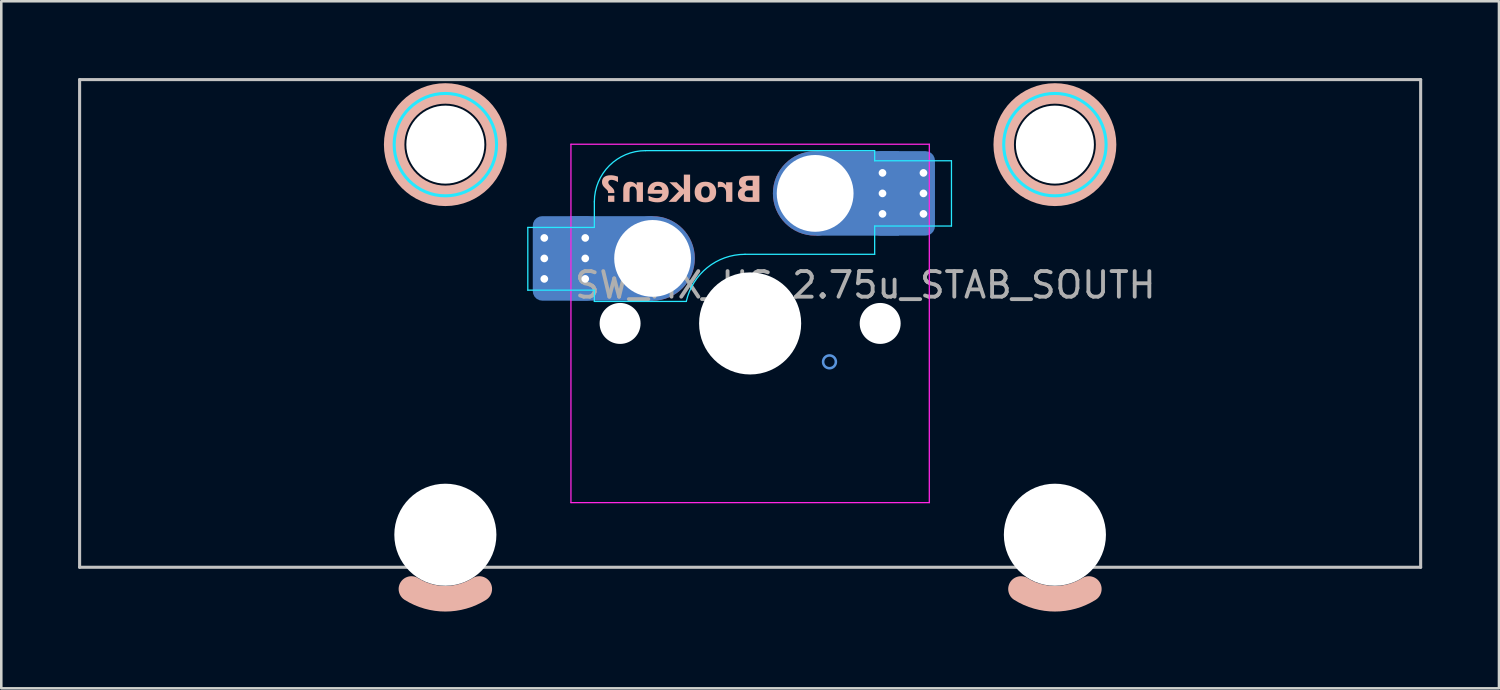
<source format=kicad_pcb>
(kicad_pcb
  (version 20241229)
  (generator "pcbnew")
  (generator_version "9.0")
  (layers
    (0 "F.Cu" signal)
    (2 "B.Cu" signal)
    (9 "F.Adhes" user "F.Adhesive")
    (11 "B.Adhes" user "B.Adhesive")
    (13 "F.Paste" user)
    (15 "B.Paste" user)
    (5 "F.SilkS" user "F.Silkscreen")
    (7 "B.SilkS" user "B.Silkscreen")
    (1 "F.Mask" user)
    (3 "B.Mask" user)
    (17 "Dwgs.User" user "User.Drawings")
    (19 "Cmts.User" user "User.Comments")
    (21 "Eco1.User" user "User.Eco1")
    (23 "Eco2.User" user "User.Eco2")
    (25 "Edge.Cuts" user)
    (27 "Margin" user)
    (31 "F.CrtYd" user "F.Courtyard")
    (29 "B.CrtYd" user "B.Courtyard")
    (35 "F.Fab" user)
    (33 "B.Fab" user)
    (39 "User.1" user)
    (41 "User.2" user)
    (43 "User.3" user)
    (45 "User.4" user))
  (footprint "SW_MX_HS_2.75u_STAB_SOUTH"
    (layer "F.Cu")
    (at 26.254 9.585)
    (property "Reference" "SW_MX_HS_2.75u_STAB_SOUTH" (at 4.5 -1.5 0) (layer "F.Fab") (effects (font (size 1 1) (thickness 0.15))))
    (attr smd)
    (fp_arc (start -10.581252 10.374995) (mid -11.90625 10.755) (end -13.231248 10.374995) (stroke (width 1) (type default)) (layer "B.SilkS"))
    (fp_arc (start 13.231248 10.374995) (mid 11.90625 10.755) (end 10.581252 10.374995) (stroke (width 1) (type default)) (layer "B.SilkS"))
    (fp_circle (center -11.906 -6.985) (end -13.906 -6.985) (stroke (width 0.8) (type solid)) (fill no) (layer "B.SilkS"))
    (fp_circle (center 11.906 -6.985) (end 9.906 -6.985) (stroke (width 0.8) (type solid)) (fill no) (layer "B.SilkS"))
    (fp_line (start -26.194 -9.525) (end -26.194 9.525) (stroke (width 0.12) (type solid)) (layer "Dwgs.User"))
    (fp_line (start -26.194 -9.525) (end 26.194 -9.525) (stroke (width 0.12) (type solid)) (layer "Dwgs.User"))
    (fp_line (start -26.194 9.525) (end 26.194 9.525) (stroke (width 0.12) (type solid)) (layer "Dwgs.User"))
    (fp_line (start 26.194 -9.525) (end 26.194 9.525) (stroke (width 0.12) (type solid)) (layer "Dwgs.User"))
    (fp_circle (center -3.81 -2.54) (end -3.81 -3.04) (stroke (width 0.1) (type default)) (fill no) (layer "Cmts.User"))
    (fp_circle (center 0 0) (end 0 -1) (stroke (width 0.1) (type default)) (fill no) (layer "Cmts.User"))
    (fp_circle (center 2.54 -5.08) (end 2.54 -5.58) (stroke (width 0.1) (type default)) (fill no) (layer "Cmts.User"))
    (fp_circle (center 3.1 1.5) (end 3.35 1.5) (stroke (width 0.1) (type default)) (fill no) (layer "Cmts.User"))
    (fp_line (start -15.281 -5.5) (end -15.281 7.5) (stroke (width 0.05) (type solid)) (layer "Eco2.User"))
    (fp_line (start -14.781 -6) (end -9.031 -6) (stroke (width 0.05) (type solid)) (layer "Eco2.User"))
    (fp_line (start -14.781 8) (end -9.031 8) (stroke (width 0.05) (type solid)) (layer "Eco2.User"))
    (fp_line (start -8.531 -5.5) (end -8.531 7.5) (stroke (width 0.05) (type solid)) (layer "Eco2.User"))
    (fp_line (start -7 6.5) (end -7 -6.5) (stroke (width 0.05) (type solid)) (layer "Eco2.User"))
    (fp_line (start -6.5 -7) (end 6.5 -7) (stroke (width 0.05) (type solid)) (layer "Eco2.User"))
    (fp_line (start 6.5 7) (end -6.5 7) (stroke (width 0.05) (type solid)) (layer "Eco2.User"))
    (fp_line (start 7 -6.5) (end 7 6.5) (stroke (width 0.05) (type solid)) (layer "Eco2.User"))
    (fp_line (start 8.531 -5.5) (end 8.531 7.5) (stroke (width 0.05) (type solid)) (layer "Eco2.User"))
    (fp_line (start 9.031 -6) (end 14.78 -6) (stroke (width 0.05) (type solid)) (layer "Eco2.User"))
    (fp_line (start 9.031 8) (end 14.781 8) (stroke (width 0.05) (type solid)) (layer "Eco2.User"))
    (fp_line (start 15.28 -5.5) (end 15.281 7.5) (stroke (width 0.05) (type solid)) (layer "Eco2.User"))
    (fp_arc (start -15.28125 -5.499999) (mid -15.134803 -5.853552) (end -14.78125 -5.999999) (stroke (width 0.05) (type solid)) (layer "Eco2.User"))
    (fp_arc (start -14.78125 8.000001) (mid -15.134803 7.853554) (end -15.28125 7.500001) (stroke (width 0.05) (type solid)) (layer "Eco2.User"))
    (fp_arc (start -9.03125 -5.999999) (mid -8.677697 -5.853553) (end -8.53125 -5.499999) (stroke (width 0.05) (type solid)) (layer "Eco2.User"))
    (fp_arc (start -8.53125 7.500001) (mid -8.677699 7.85355) (end -9.03125 8.000001) (stroke (width 0.05) (type solid)) (layer "Eco2.User"))
    (fp_arc (start -7 -6.5) (mid -6.853553 -6.853553) (end -6.5 -7) (stroke (width 0.05) (type solid)) (layer "Eco2.User"))
    (fp_arc (start -6.5 7) (mid -6.853553 6.853553) (end -7 6.5) (stroke (width 0.05) (type solid)) (layer "Eco2.User"))
    (fp_arc (start 6.5 -7) (mid 6.853553 -6.853553) (end 7 -6.5) (stroke (width 0.05) (type solid)) (layer "Eco2.User"))
    (fp_arc (start 6.997236 6.498884) (mid 6.850805 6.852453) (end 6.497236 6.998884) (stroke (width 0.05) (type solid)) (layer "Eco2.User"))
    (fp_arc (start 8.53125 -5.499999) (mid 8.677694 -5.853557) (end 9.03125 -5.999999) (stroke (width 0.05) (type solid)) (layer "Eco2.User"))
    (fp_arc (start 9.03125 8.000001) (mid 8.677725 7.853525) (end 8.53125 7.500001) (stroke (width 0.05) (type solid)) (layer "Eco2.User"))
    (fp_arc (start 14.780039 -5.999999) (mid 15.133569 -5.853527) (end 15.280039 -5.499999) (stroke (width 0.05) (type solid)) (layer "Eco2.User"))
    (fp_arc (start 15.28125 7.500001) (mid 15.134801 7.85355) (end 14.78125 8.000001) (stroke (width 0.05) (type solid)) (layer "Eco2.User"))
    (fp_line (start -8.685 -3.75) (end -8.685 -1.3) (stroke (width 0.05) (type solid)) (layer "B.CrtYd"))
    (fp_line (start -8.685 -1.3) (end -6.085 -1.3) (stroke (width 0.05) (type solid)) (layer "B.CrtYd"))
    (fp_line (start -6.085 -3.75) (end -8.685 -3.75) (stroke (width 0.05) (type solid)) (layer "B.CrtYd"))
    (fp_line (start -6.085 -3.75) (end -6.085 -4.75) (stroke (width 0.05) (type solid)) (layer "B.CrtYd"))
    (fp_line (start -6.085 -1.3) (end -6.085 -0.86) (stroke (width 0.05) (type solid)) (layer "B.CrtYd"))
    (fp_line (start -6.085 -0.86) (end -2.494 -0.86) (stroke (width 0.05) (type solid)) (layer "B.CrtYd"))
    (fp_line (start -4.085 -6.75) (end 4.865 -6.75) (stroke (width 0.05) (type solid)) (layer "B.CrtYd"))
    (fp_line (start 4.865 -6.75) (end 4.865 -6.355) (stroke (width 0.05) (type solid)) (layer "B.CrtYd"))
    (fp_line (start 4.865 -6.355) (end 7.865 -6.355) (stroke (width 0.05) (type solid)) (layer "B.CrtYd"))
    (fp_line (start 4.865 -3.805) (end 4.865 -2.7) (stroke (width 0.05) (type solid)) (layer "B.CrtYd"))
    (fp_line (start 4.865 -3.805) (end 7.865 -3.805) (stroke (width 0.05) (type solid)) (layer "B.CrtYd"))
    (fp_line (start 4.865 -2.7) (end -0.2 -2.7) (stroke (width 0.05) (type solid)) (layer "B.CrtYd"))
    (fp_line (start 7.865 -3.805) (end 7.865 -6.355) (stroke (width 0.05) (type solid)) (layer "B.CrtYd"))
    (fp_arc (start -6.085176 -4.75022) (mid -5.49939 -6.164434) (end -4.085176 -6.75022) (stroke (width 0.05) (type solid)) (layer "B.CrtYd"))
    (fp_arc (start -2.494322 -0.86022) (mid -1.670503 -2.183399) (end -0.2 -2.70022) (stroke (width 0.05) (type solid)) (layer "B.CrtYd"))
    (fp_circle (center -11.906 -6.985) (end -9.906 -6.985) (stroke (width 0.12) (type solid)) (fill no) (layer "B.CrtYd"))
    (fp_circle (center 11.906 -6.985) (end 13.906 -6.985) (stroke (width 0.12) (type solid)) (fill no) (layer "B.CrtYd"))
    (fp_line (start -7 -7) (end -7 7) (stroke (width 0.05) (type solid)) (layer "F.CrtYd"))
    (fp_line (start -7 7) (end 7 7) (stroke (width 0.05) (type solid)) (layer "F.CrtYd"))
    (fp_line (start 7 -7) (end -7 -7) (stroke (width 0.05) (type solid)) (layer "F.CrtYd"))
    (fp_line (start 7 7) (end 7 -7) (stroke (width 0.05) (type solid)) (layer "F.CrtYd"))
    (fp_text user "Broken?" (at 0.49 -4.58 0) (unlocked yes) (layer "B.SilkS") (effects (font (face "Hitmo2.0") (size 1 1) (thickness 0.25) (bold yes)) (justify left bottom mirror)))
    (pad "" np_thru_hole circle (at -11.906 -6.985) (size 3.048 3.048) (drill 3.048) (layers "*.Cu" "*.Mask"))
    (pad "" np_thru_hole circle (at -11.906 8.255) (size 3.988 3.988) (drill 3.988) (layers "*.Cu" "*.Mask"))
    (pad "" np_thru_hole circle (at -5.08 0) (size 1.6 1.6) (drill 1.6) (layers "*.Cu" "*.Mask"))
    (pad "" np_thru_hole circle (at 0 0) (size 3.988 3.988) (drill 3.988) (layers "*.Cu" "*.Mask"))
    (pad "" np_thru_hole circle (at 5.08 0) (size 1.6 1.6) (drill 1.6) (layers "*.Cu" "*.Mask"))
    (pad "" np_thru_hole circle (at 11.906 -6.985) (size 3.048 3.048) (drill 3.048) (layers "*.Cu" "*.Mask"))
    (pad "" np_thru_hole circle (at 11.906 8.255) (size 3.988 3.988) (drill 3.988) (layers "*.Cu" "*.Mask"))
    (pad "1" thru_hole circle (at -8.041 -3.34 180) (size 0.6 0.6) (drill 0.3) (layers "*.Cu"))
    (pad "1" thru_hole circle (at -8.041 -2.54 180) (size 0.6 0.6) (drill 0.3) (layers "*.Cu"))
    (pad "1" thru_hole circle (at -8.041 -1.74 180) (size 0.6 0.6) (drill 0.3) (layers "*.Cu"))
    (pad "1" smd roundrect (at -7.241 -2.54 180) (size 2.2 3) (layers "B.Cu" "B.Mask" "B.Paste") (roundrect_rratio 0.114))
    (pad "1" smd roundrect (at -7.241 -2.54 180) (size 2.5 3.3) (layers "B.Cu") (roundrect_rratio 0.148))
    (pad "1" thru_hole circle (at -6.441 -3.34 180) (size 0.6 0.6) (drill 0.3) (layers "*.Cu"))
    (pad "1" thru_hole circle (at -6.441 -2.54 180) (size 0.6 0.6) (drill 0.3) (layers "*.Cu"))
    (pad "1" thru_hole circle (at -6.441 -1.74 180) (size 0.6 0.6) (drill 0.3) (layers "*.Cu"))
    (pad "1" smd rect (at -5.423 -2.54 180) (size 3.226 3.3) (layers "B.Cu"))
    (pad "1" thru_hole circle (at -3.81 -2.54 180) (size 3 3) (drill 3) (layers "*.Cu" "*.Mask"))
    (pad "1" smd circle (at -3.81 -2.54 180) (size 3.3 3.3) (layers "F.Cu"))
    (pad "1" smd circle (at -3.81 -2.54 180) (size 3.3 3.3) (layers "B.Cu"))
    (pad "2" thru_hole circle (at 2.54 -5.08) (size 3 3) (drill 3) (layers "*.Cu" "*.Mask"))
    (pad "2" smd circle (at 2.54 -5.08 180) (size 3.3 3.3) (layers "F.Cu"))
    (pad "2" smd circle (at 2.54 -5.08 180) (size 3.3 3.3) (layers "B.Cu"))
    (pad "2" smd rect (at 4.201 -5.08) (size 3.226 3.3) (layers "B.Cu"))
    (pad "2" thru_hole circle (at 5.171 -5.88) (size 0.6 0.6) (drill 0.3) (layers "*.Cu"))
    (pad "2" thru_hole circle (at 5.171 -5.08) (size 0.6 0.6) (drill 0.3) (layers "*.Cu"))
    (pad "2" thru_hole circle (at 5.171 -4.28) (size 0.6 0.6) (drill 0.3) (layers "*.Cu"))
    (pad "2" smd roundrect (at 5.971 -5.08) (size 2.2 3) (layers "B.Cu" "B.Mask" "B.Paste") (roundrect_rratio 0.114))
    (pad "2" smd roundrect (at 5.971 -5.08) (size 2.5 3.3) (layers "B.Cu") (roundrect_rratio 0.148))
    (pad "2" thru_hole circle (at 6.771 -5.88) (size 0.6 0.6) (drill 0.3) (layers "*.Cu"))
    (pad "2" thru_hole circle (at 6.771 -5.08) (size 0.6 0.6) (drill 0.3) (layers "*.Cu"))
    (pad "2" thru_hole circle (at 6.771 -4.28) (size 0.6 0.6) (drill 0.3) (layers "*.Cu")))
  (gr_rect
    (start -3 -3)
    (end 55.508 23.84)
    (stroke (width 0.1) (type default))
    (fill no)
    (layer "Edge.Cuts")))
</source>
